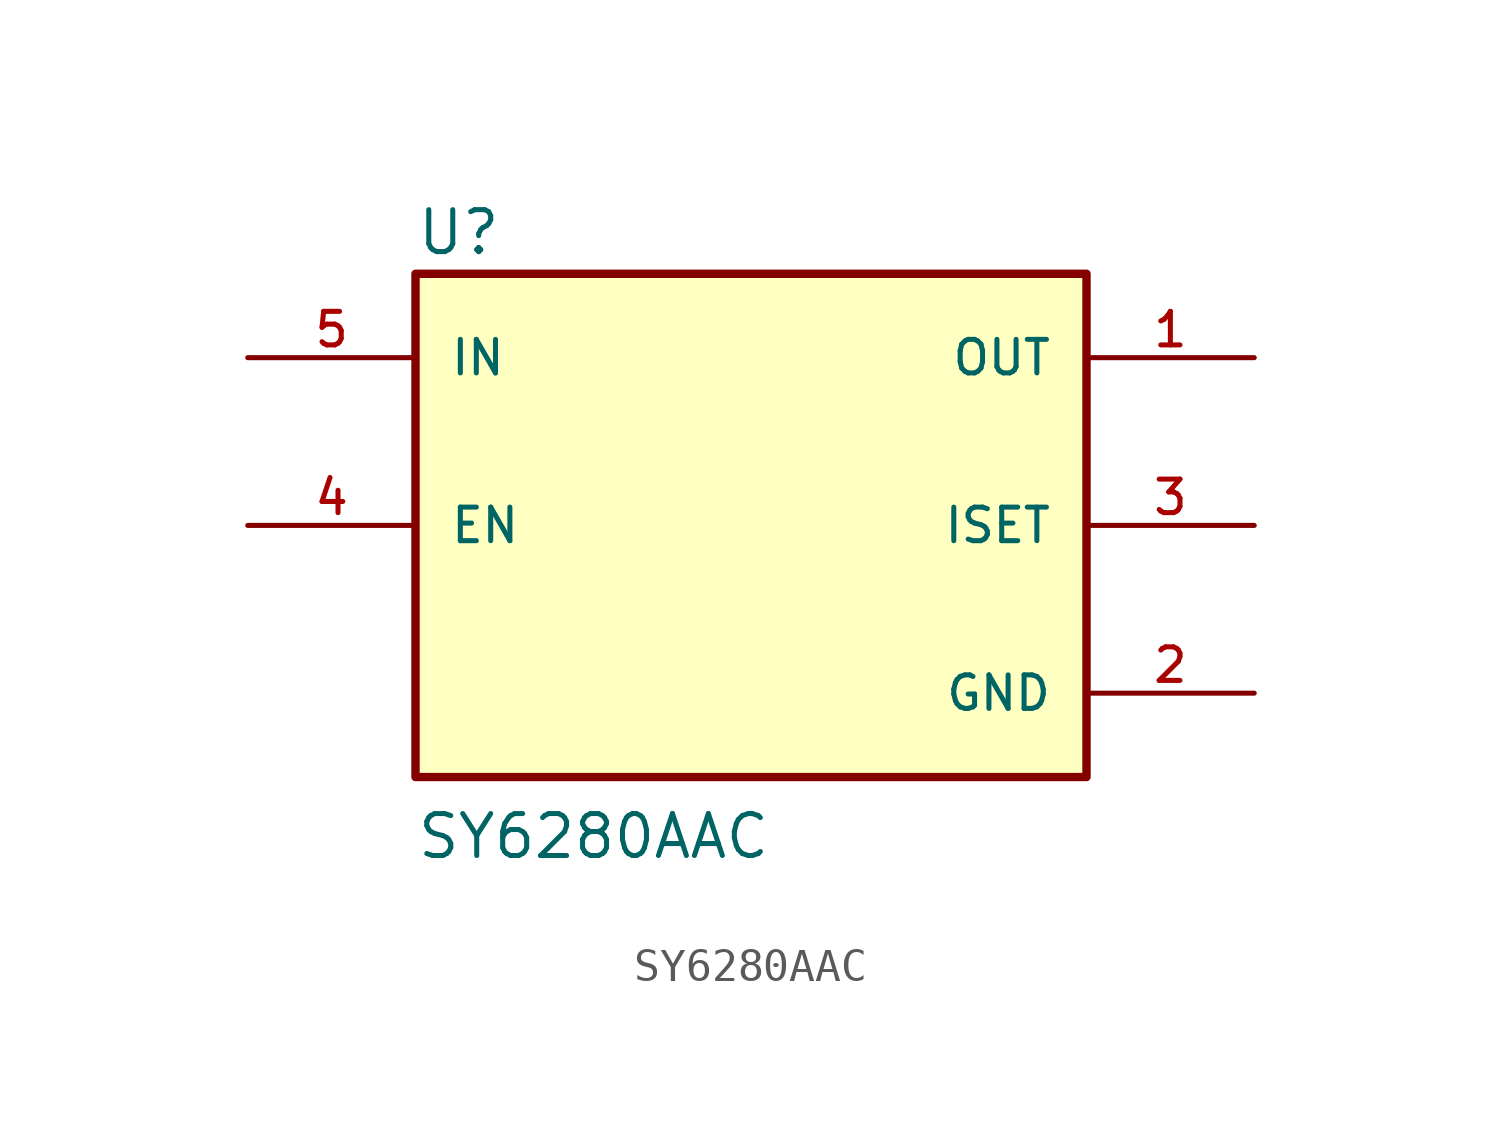
<source format=kicad_sym>
(kicad_symbol_lib
  (version 20211014)
  (generator kicad_symbol_editor)
  (symbol "SY6280AAC"
    (pin_names
      (offset 1.016))
    (property "Reference" "U"
      (at -10.16 8.128 0)
      (effects (font (size 1.27 1.27)) (justify bottom left)))
    (property "Value" "SY6280AAC"
      (at -10.16 -10.16 0)
      (effects (font (size 1.27 1.27)) (justify bottom left)))
    (symbol "SY6280AAC_0_0"
      (rectangle (start -10.16 -7.62) (end 10.16 7.62) (stroke (width 0.254)) (fill (type background)))
      (pin input line (at -15.24 5.08 0) (length 5.08) (name "IN" (effects (font (size 1.016 1.016)))) (number "5" (effects (font (size 1.016 1.016)))))
      (pin input line (at -15.24 0.0 0) (length 5.08) (name "EN" (effects (font (size 1.016 1.016)))) (number "4" (effects (font (size 1.016 1.016)))))
      (pin output line (at 15.24 5.08 180.0) (length 5.08) (name "OUT" (effects (font (size 1.016 1.016)))) (number "1" (effects (font (size 1.016 1.016)))))
      (pin passive line (at 15.24 0.0 180.0) (length 5.08) (name "ISET" (effects (font (size 1.016 1.016)))) (number "3" (effects (font (size 1.016 1.016)))))
      (pin power_in line (at 15.24 -5.08 180.0) (length 5.08) (name "GND" (effects (font (size 1.016 1.016)))) (number "2" (effects (font (size 1.016 1.016))))))))
</source>
